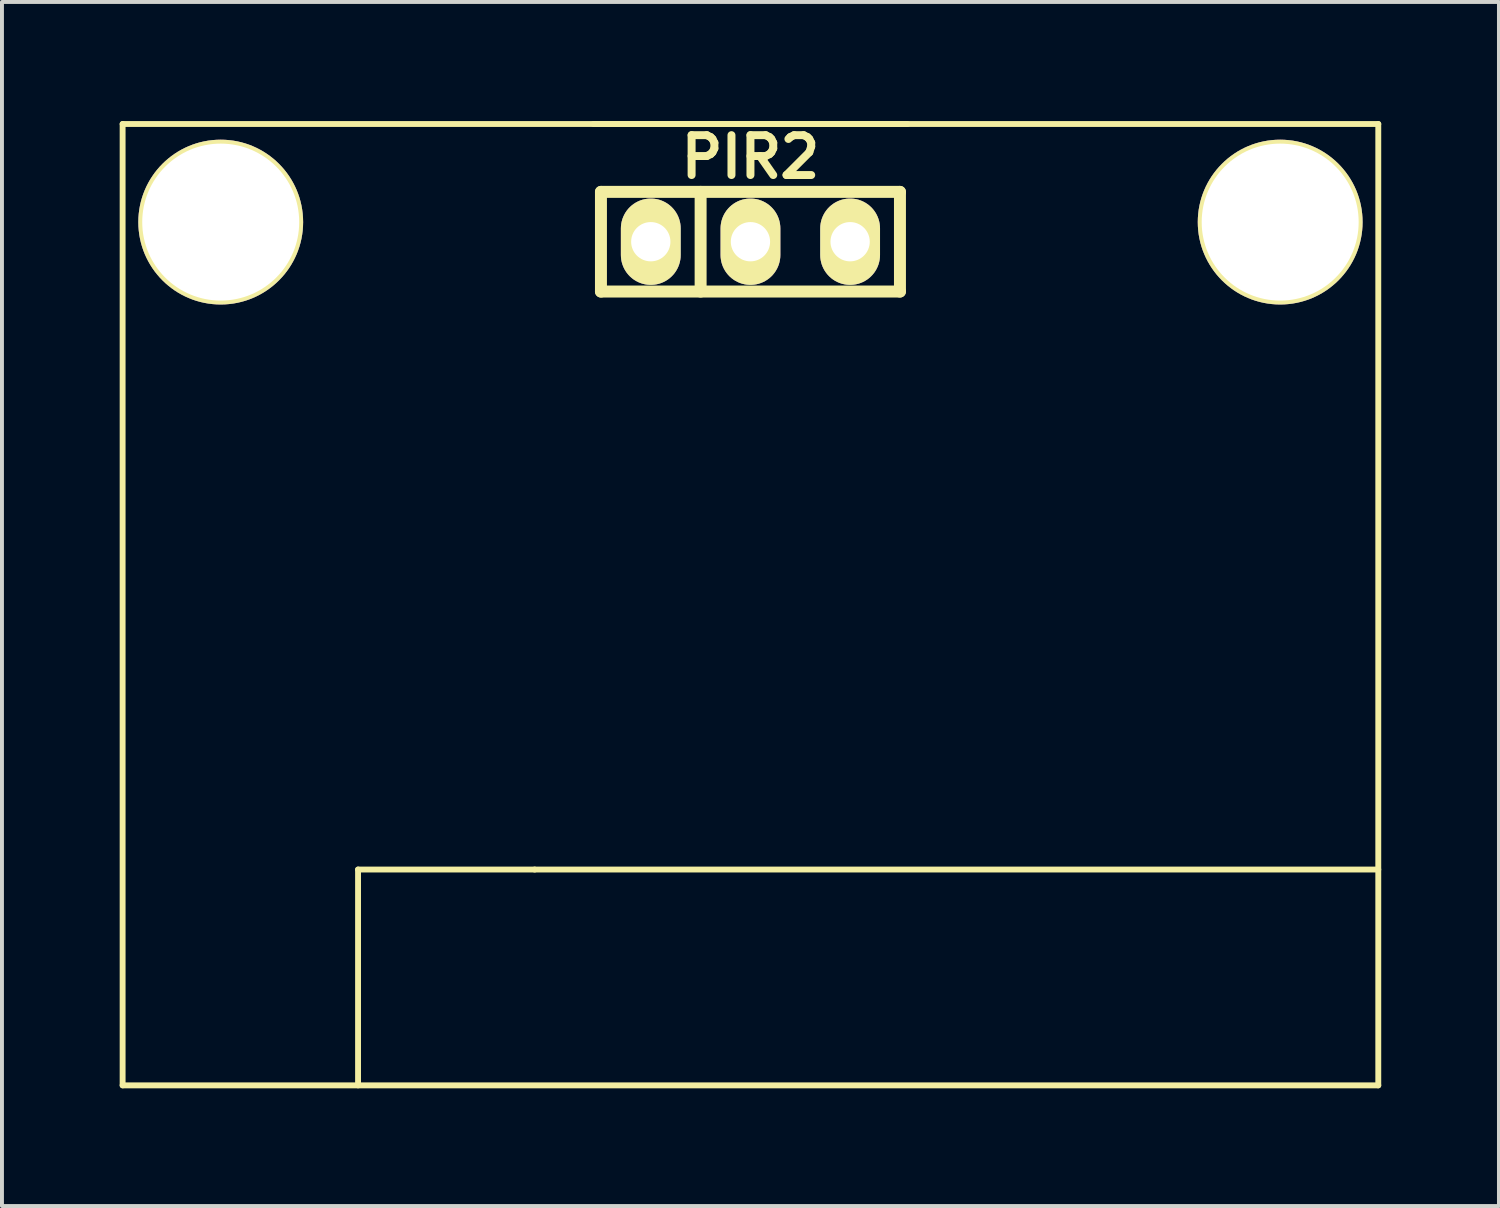
<source format=kicad_pcb>
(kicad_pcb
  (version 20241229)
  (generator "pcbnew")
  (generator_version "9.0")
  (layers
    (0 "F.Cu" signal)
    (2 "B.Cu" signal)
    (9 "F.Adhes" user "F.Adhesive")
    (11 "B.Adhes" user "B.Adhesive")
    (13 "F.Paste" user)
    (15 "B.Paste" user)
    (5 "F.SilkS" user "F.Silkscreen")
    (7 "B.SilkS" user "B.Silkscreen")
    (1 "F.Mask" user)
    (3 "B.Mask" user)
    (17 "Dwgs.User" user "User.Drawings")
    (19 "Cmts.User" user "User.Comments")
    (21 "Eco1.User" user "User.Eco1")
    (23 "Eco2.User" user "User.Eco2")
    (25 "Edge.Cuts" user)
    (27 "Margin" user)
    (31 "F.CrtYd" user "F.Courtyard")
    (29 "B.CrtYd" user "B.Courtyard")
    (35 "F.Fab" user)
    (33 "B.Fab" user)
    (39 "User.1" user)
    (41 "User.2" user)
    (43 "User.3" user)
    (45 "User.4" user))
  (footprint "PIR2"
    (layer "F.Cu")
    (at 16.075 3.11)
    (property "Reference" "PIR2" (at 0 -2.159 0) (layer "F.SilkS") (effects (font (size 1.016 1.016) (thickness 0.203))))
    (attr through_hole)
    (fp_line (start -16 -3) (end -16 21.5) (stroke (width 0.15) (type solid)) (layer "F.SilkS"))
    (fp_line (start -16 21.5) (end 16 21.5) (stroke (width 0.15) (type solid)) (layer "F.SilkS"))
    (fp_line (start -10 16) (end -10 21.5) (stroke (width 0.15) (type solid)) (layer "F.SilkS"))
    (fp_line (start -5.5 16) (end -10 16) (stroke (width 0.15) (type solid)) (layer "F.SilkS"))
    (fp_line (start -4 -3) (end 16 -3) (stroke (width 0.15) (type solid)) (layer "F.SilkS"))
    (fp_line (start -3.81 -1.27) (end 3.81 -1.27) (stroke (width 0.305) (type solid)) (layer "F.SilkS"))
    (fp_line (start -3.81 1.27) (end -3.81 -1.27) (stroke (width 0.305) (type solid)) (layer "F.SilkS"))
    (fp_line (start -1.27 1.27) (end -1.27 -1.27) (stroke (width 0.305) (type solid)) (layer "F.SilkS"))
    (fp_line (start 3.81 -1.27) (end 3.81 1.27) (stroke (width 0.305) (type solid)) (layer "F.SilkS"))
    (fp_line (start 3.81 1.27) (end -3.81 1.27) (stroke (width 0.305) (type solid)) (layer "F.SilkS"))
    (fp_line (start 4 -3) (end -16 -3) (stroke (width 0.15) (type solid)) (layer "F.SilkS"))
    (fp_line (start 16 -3) (end 16 21.5) (stroke (width 0.15) (type solid)) (layer "F.SilkS"))
    (fp_line (start 16 16) (end -5.5 16) (stroke (width 0.15) (type solid)) (layer "F.SilkS"))
    (pad "1" thru_hole oval (at -2.54 0) (size 1.524 2.2) (drill 1.001) (layers "*.Cu" "*.Mask" "F.SilkS"))
    (pad "2" thru_hole oval (at 0 0) (size 1.524 2.2) (drill 1.001) (layers "*.Cu" "*.Mask" "F.SilkS"))
    (pad "3" thru_hole oval (at 2.54 0) (size 1.524 2.2) (drill 1.001) (layers "*.Cu" "*.Mask" "F.SilkS"))
    (pad "5" thru_hole circle (at -13.5 -0.5) (size 4.2 4.2) (drill 4) (layers "*.Cu" "*.Mask" "F.SilkS"))
    (pad "5" thru_hole circle (at 13.5 -0.5) (size 4.2 4.2) (drill 4) (layers "*.Cu" "*.Mask" "F.SilkS")))
  (gr_rect
    (start -3 -3)
    (end 35.15 27.685)
    (stroke (width 0.1) (type default))
    (fill no)
    (layer "Edge.Cuts")))
</source>
